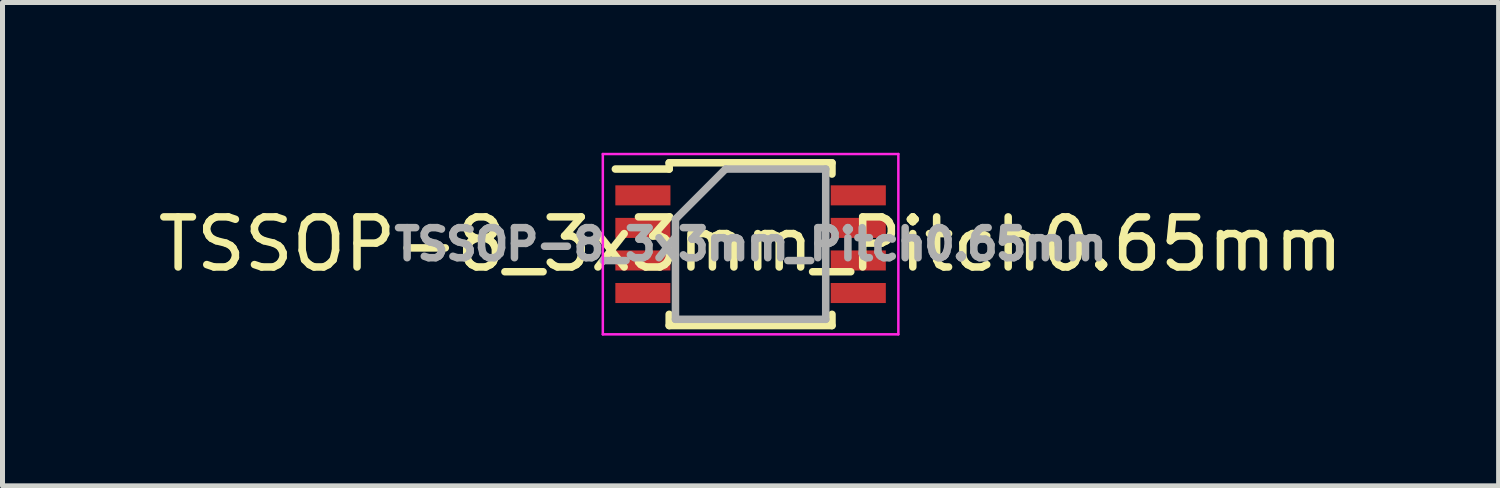
<source format=kicad_pcb>
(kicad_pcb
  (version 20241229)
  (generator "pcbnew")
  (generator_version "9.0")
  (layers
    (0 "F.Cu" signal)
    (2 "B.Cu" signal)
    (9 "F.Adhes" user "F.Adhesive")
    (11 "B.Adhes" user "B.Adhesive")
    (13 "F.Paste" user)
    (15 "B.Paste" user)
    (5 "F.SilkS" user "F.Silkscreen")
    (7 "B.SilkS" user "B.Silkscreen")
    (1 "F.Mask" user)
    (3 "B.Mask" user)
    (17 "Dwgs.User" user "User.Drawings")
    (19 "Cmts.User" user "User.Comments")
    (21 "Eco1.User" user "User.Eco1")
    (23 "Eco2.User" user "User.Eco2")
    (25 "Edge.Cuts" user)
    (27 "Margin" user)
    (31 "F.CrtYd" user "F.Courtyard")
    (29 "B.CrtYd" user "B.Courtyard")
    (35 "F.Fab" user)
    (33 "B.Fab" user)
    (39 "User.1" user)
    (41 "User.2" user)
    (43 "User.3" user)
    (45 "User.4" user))
  (footprint "TSSOP-8_3x3mm_Pitch0.65mm"
    (layer "F.Cu")
    (at 11.935 1.825)
    (property "Reference" "TSSOP-8_3x3mm_Pitch0.65mm" (at 0 0 180) (layer "F.SilkS") (effects (font (size 1 1) (thickness 0.15))))
    (attr smd)
    (fp_line (start -1.625 -1.625) (end -1.625 -1.5) (stroke (width 0.15) (type solid)) (layer "F.SilkS"))
    (fp_line (start -1.625 -1.625) (end 1.625 -1.625) (stroke (width 0.15) (type solid)) (layer "F.SilkS"))
    (fp_line (start -1.625 -1.5) (end -2.7 -1.5) (stroke (width 0.15) (type solid)) (layer "F.SilkS"))
    (fp_line (start -1.625 1.625) (end -1.625 1.4) (stroke (width 0.15) (type solid)) (layer "F.SilkS"))
    (fp_line (start -1.625 1.625) (end 1.625 1.625) (stroke (width 0.15) (type solid)) (layer "F.SilkS"))
    (fp_line (start 1.625 -1.625) (end 1.625 -1.4) (stroke (width 0.15) (type solid)) (layer "F.SilkS"))
    (fp_line (start 1.625 1.625) (end 1.625 1.4) (stroke (width 0.15) (type solid)) (layer "F.SilkS"))
    (fp_line (start -2.95 -1.8) (end -2.95 1.8) (stroke (width 0.05) (type solid)) (layer "F.CrtYd"))
    (fp_line (start -2.95 -1.8) (end 2.95 -1.8) (stroke (width 0.05) (type solid)) (layer "F.CrtYd"))
    (fp_line (start -2.95 1.8) (end 2.95 1.8) (stroke (width 0.05) (type solid)) (layer "F.CrtYd"))
    (fp_line (start 2.95 -1.8) (end 2.95 1.8) (stroke (width 0.05) (type solid)) (layer "F.CrtYd"))
    (fp_line (start -1.5 -0.5) (end -0.5 -1.5) (stroke (width 0.15) (type solid)) (layer "F.Fab"))
    (fp_line (start -1.5 1.5) (end -1.5 -0.5) (stroke (width 0.15) (type solid)) (layer "F.Fab"))
    (fp_line (start -0.5 -1.5) (end 1.5 -1.5) (stroke (width 0.15) (type solid)) (layer "F.Fab"))
    (fp_line (start 1.5 -1.5) (end 1.5 1.5) (stroke (width 0.15) (type solid)) (layer "F.Fab"))
    (fp_line (start 1.5 1.5) (end -1.5 1.5) (stroke (width 0.15) (type solid)) (layer "F.Fab"))
    (fp_text user "${REFERENCE}" (at 0 0 0) (layer "F.Fab") (effects (font (size 0.6 0.6) (thickness 0.15))))
    (pad "1" smd rect (at -2.15 -0.975) (size 1.1 0.4) (layers "F.Cu" "F.Mask" "F.Paste"))
    (pad "2" smd rect (at -2.15 -0.325) (size 1.1 0.4) (layers "F.Cu" "F.Mask" "F.Paste"))
    (pad "3" smd rect (at -2.15 0.325) (size 1.1 0.4) (layers "F.Cu" "F.Mask" "F.Paste"))
    (pad "4" smd rect (at -2.15 0.975) (size 1.1 0.4) (layers "F.Cu" "F.Mask" "F.Paste"))
    (pad "5" smd rect (at 2.15 0.975) (size 1.1 0.4) (layers "F.Cu" "F.Mask" "F.Paste"))
    (pad "6" smd rect (at 2.15 0.325) (size 1.1 0.4) (layers "F.Cu" "F.Mask" "F.Paste"))
    (pad "7" smd rect (at 2.15 -0.325) (size 1.1 0.4) (layers "F.Cu" "F.Mask" "F.Paste"))
    (pad "8" smd rect (at 2.15 -0.975) (size 1.1 0.4) (layers "F.Cu" "F.Mask" "F.Paste")))
  (gr_rect
    (start -3 -3)
    (end 26.869 6.65)
    (stroke (width 0.1) (type default))
    (fill no)
    (layer "Edge.Cuts")))
</source>
